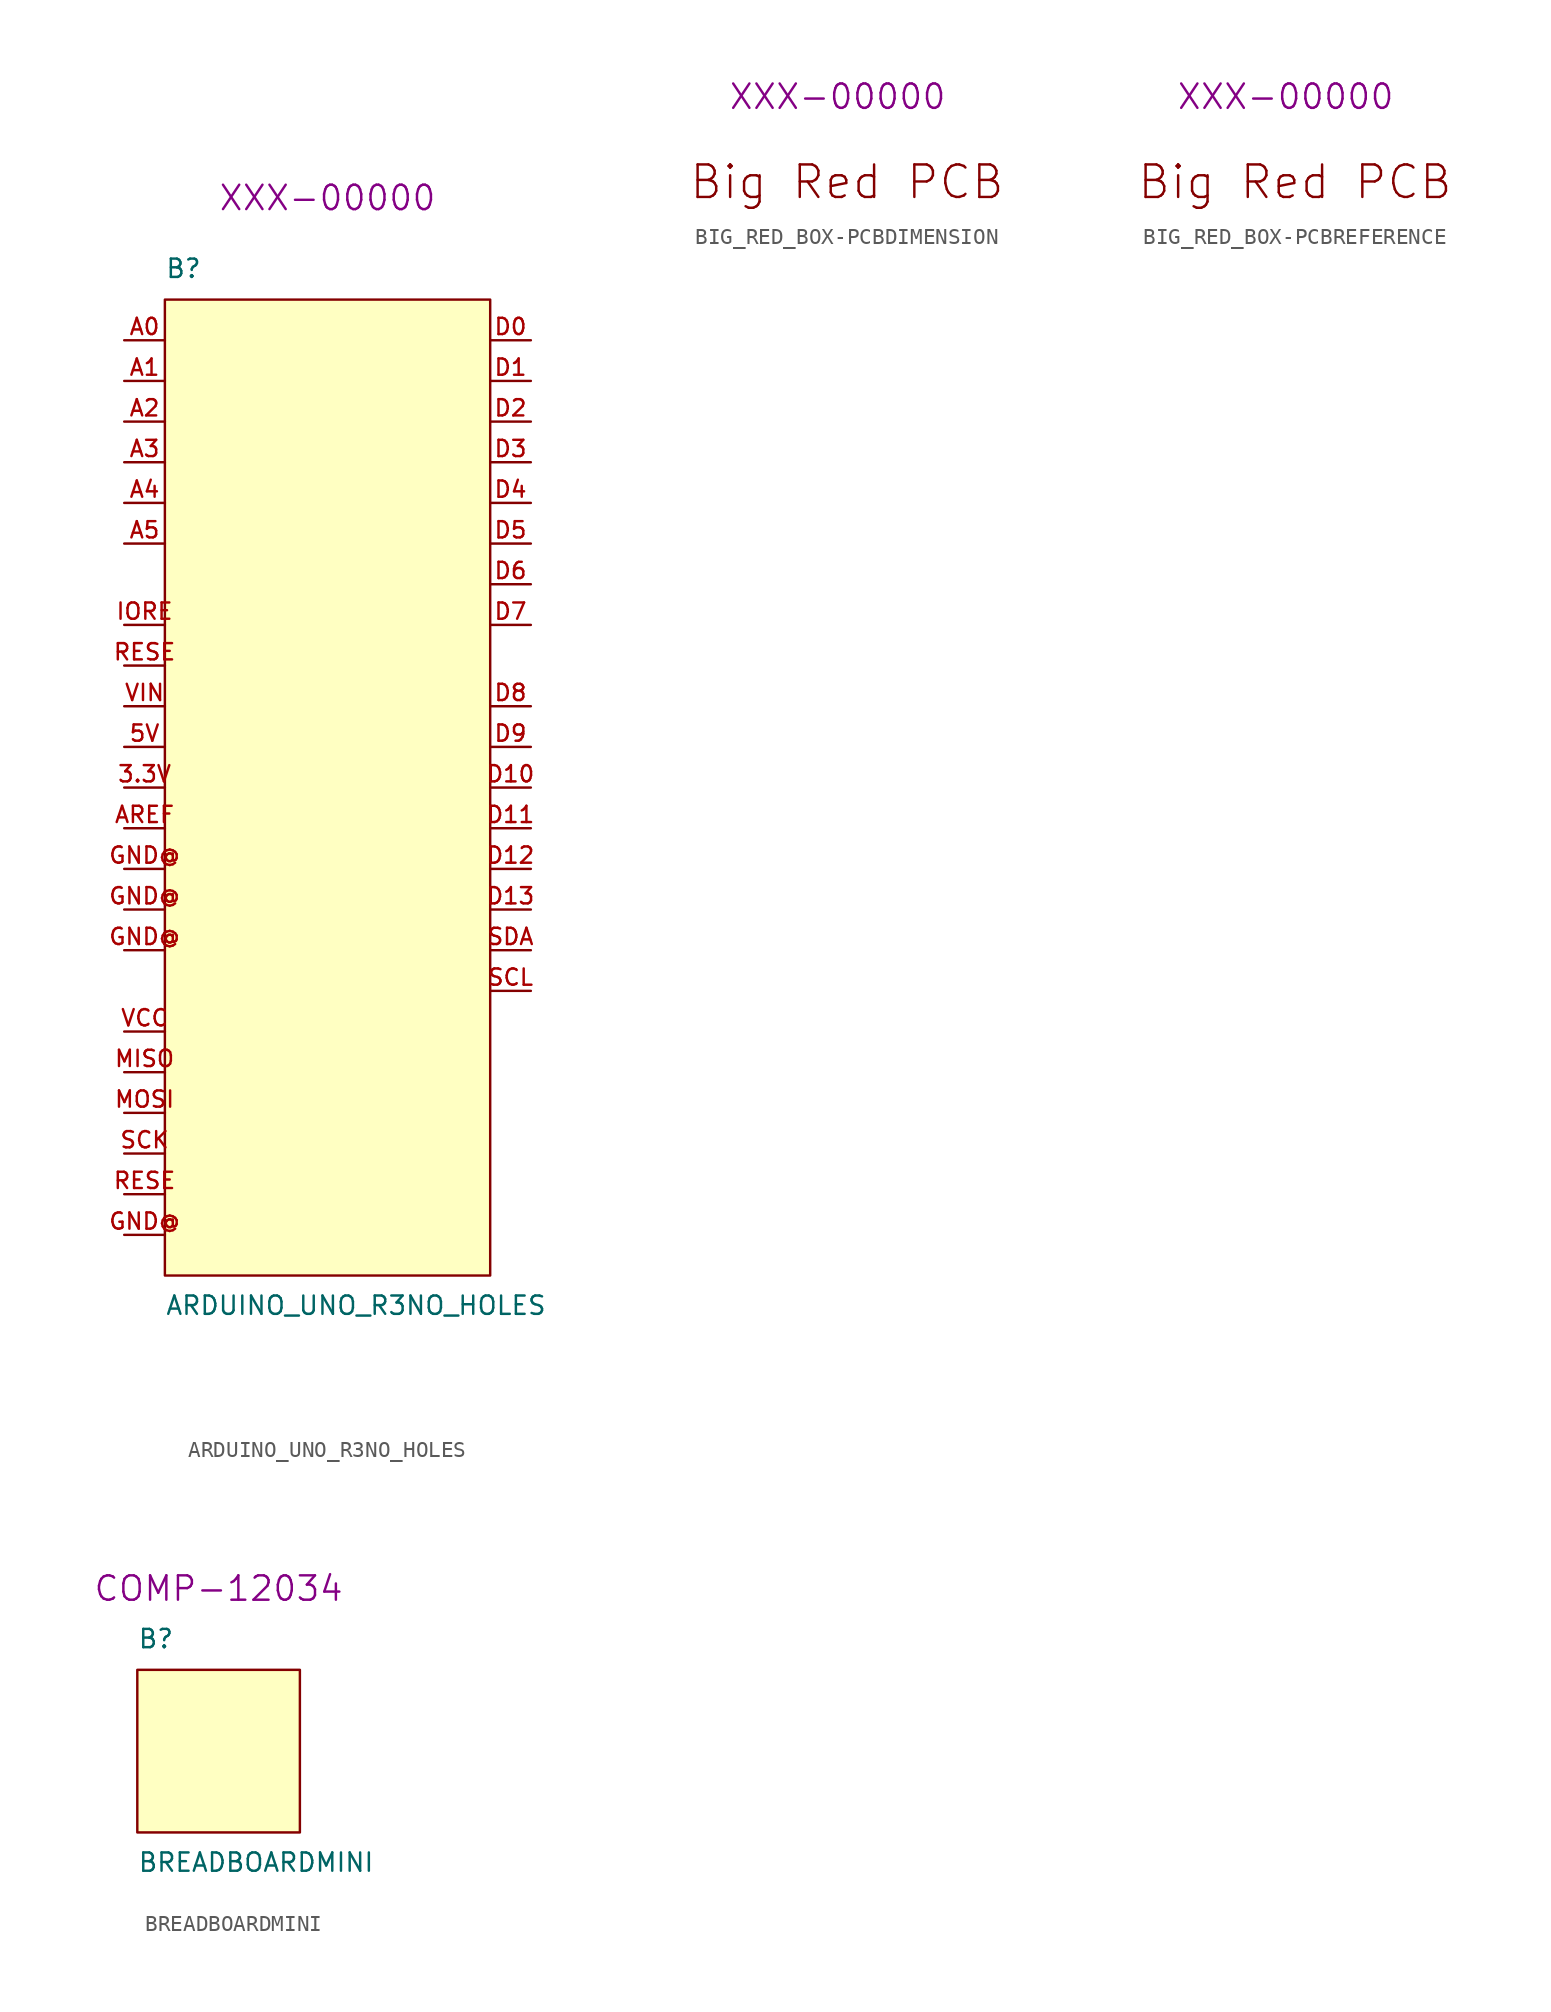
<source format=kicad_sym>
(kicad_symbol_lib
  (version 20211014)
  (generator kicad_symbol_editor)
  (symbol "ARDUINO_UNO_R3NO_HOLES"
    (pin_names
      (offset 1.016) hide)
    (property "Reference" "B"
      (at -10.16 31.75 0)
      (effects (font (size 1.143 1.143)) (justify left bottom)))
    (property "Value" "ARDUINO_UNO_R3NO_HOLES"
      (at -10.16 -33.02 0)
      (effects (font (size 1.143 1.143)) (justify left bottom)))
    (property "Field4" "XXX-00000"
      (at 0 36.83 0)
      (effects (font (size 1.524 1.524))))
    (property "ki_locked" ""
      (at 0 0 0)
      (effects (font (size 1.27 1.27))))
    (symbol "ARDUINO_UNO_R3NO_HOLES_1_1"
      (polyline (pts (xy -10.16 -30.48) (xy -10.16 30.48) (xy 10.16 30.48) (xy 10.16 -30.48) (xy -10.16 -30.48)) (stroke (width 0) (type default) (color 0 0 0 0)) (fill (type background)))
      (pin bidirectional line (at -12.7 0 0) (length 2.54) (name "3.3V" (effects (font (size 1.016 1.016)))) (number "3.3V" (effects (font (size 1.016 1.016)))))
      (pin bidirectional line (at -12.7 2.54 0) (length 2.54) (name "5V" (effects (font (size 1.016 1.016)))) (number "5V" (effects (font (size 1.016 1.016)))))
      (pin bidirectional line (at -12.7 27.94 0) (length 2.54) (name "A0" (effects (font (size 1.016 1.016)))) (number "A0" (effects (font (size 1.016 1.016)))))
      (pin bidirectional line (at -12.7 25.4 0) (length 2.54) (name "A1" (effects (font (size 1.016 1.016)))) (number "A1" (effects (font (size 1.016 1.016)))))
      (pin bidirectional line (at -12.7 22.86 0) (length 2.54) (name "A2" (effects (font (size 1.016 1.016)))) (number "A2" (effects (font (size 1.016 1.016)))))
      (pin bidirectional line (at -12.7 20.32 0) (length 2.54) (name "A3" (effects (font (size 1.016 1.016)))) (number "A3" (effects (font (size 1.016 1.016)))))
      (pin bidirectional line (at -12.7 17.78 0) (length 2.54) (name "A4" (effects (font (size 1.016 1.016)))) (number "A4" (effects (font (size 1.016 1.016)))))
      (pin bidirectional line (at -12.7 15.24 0) (length 2.54) (name "A5" (effects (font (size 1.016 1.016)))) (number "A5" (effects (font (size 1.016 1.016)))))
      (pin bidirectional line (at -12.7 -2.54 0) (length 2.54) (name "AREF" (effects (font (size 1.016 1.016)))) (number "AREF" (effects (font (size 1.016 1.016)))))
      (pin bidirectional line (at 12.7 27.94 180) (length 2.54) (name "D0" (effects (font (size 1.016 1.016)))) (number "D0" (effects (font (size 1.016 1.016)))))
      (pin bidirectional line (at 12.7 25.4 180) (length 2.54) (name "D1" (effects (font (size 1.016 1.016)))) (number "D1" (effects (font (size 1.016 1.016)))))
      (pin bidirectional line (at 12.7 0 180) (length 2.54) (name "*D10" (effects (font (size 1.016 1.016)))) (number "D10" (effects (font (size 1.016 1.016)))))
      (pin bidirectional line (at 12.7 -2.54 180) (length 2.54) (name "*D11" (effects (font (size 1.016 1.016)))) (number "D11" (effects (font (size 1.016 1.016)))))
      (pin bidirectional line (at 12.7 -5.08 180) (length 2.54) (name "D12" (effects (font (size 1.016 1.016)))) (number "D12" (effects (font (size 1.016 1.016)))))
      (pin bidirectional line (at 12.7 -7.62 180) (length 2.54) (name "D13" (effects (font (size 1.016 1.016)))) (number "D13" (effects (font (size 1.016 1.016)))))
      (pin bidirectional line (at 12.7 22.86 180) (length 2.54) (name "D2" (effects (font (size 1.016 1.016)))) (number "D2" (effects (font (size 1.016 1.016)))))
      (pin bidirectional line (at 12.7 20.32 180) (length 2.54) (name "*D3" (effects (font (size 1.016 1.016)))) (number "D3" (effects (font (size 1.016 1.016)))))
      (pin bidirectional line (at 12.7 17.78 180) (length 2.54) (name "D4" (effects (font (size 1.016 1.016)))) (number "D4" (effects (font (size 1.016 1.016)))))
      (pin bidirectional line (at 12.7 15.24 180) (length 2.54) (name "*D5" (effects (font (size 1.016 1.016)))) (number "D5" (effects (font (size 1.016 1.016)))))
      (pin bidirectional line (at 12.7 12.7 180) (length 2.54) (name "*D6" (effects (font (size 1.016 1.016)))) (number "D6" (effects (font (size 1.016 1.016)))))
      (pin bidirectional line (at 12.7 10.16 180) (length 2.54) (name "D7" (effects (font (size 1.016 1.016)))) (number "D7" (effects (font (size 1.016 1.016)))))
      (pin bidirectional line (at 12.7 5.08 180) (length 2.54) (name "D8" (effects (font (size 1.016 1.016)))) (number "D8" (effects (font (size 1.016 1.016)))))
      (pin bidirectional line (at 12.7 2.54 180) (length 2.54) (name "*D9" (effects (font (size 1.016 1.016)))) (number "D9" (effects (font (size 1.016 1.016)))))
      (pin bidirectional line (at -12.7 -27.94 0) (length 2.54) (name "GND" (effects (font (size 1.016 1.016)))) (number "GND@" (effects (font (size 1.016 1.016)))))
      (pin bidirectional line (at -12.7 -10.16 0) (length 2.54) (name "GND" (effects (font (size 1.016 1.016)))) (number "GND@" (effects (font (size 1.016 1.016)))))
      (pin bidirectional line (at -12.7 -7.62 0) (length 2.54) (name "GND" (effects (font (size 1.016 1.016)))) (number "GND@" (effects (font (size 1.016 1.016)))))
      (pin bidirectional line (at -12.7 -5.08 0) (length 2.54) (name "GND" (effects (font (size 1.016 1.016)))) (number "GND@" (effects (font (size 1.016 1.016)))))
      (pin bidirectional line (at -12.7 10.16 0) (length 2.54) (name "IOREF" (effects (font (size 1.016 1.016)))) (number "IORE" (effects (font (size 1.016 1.016)))))
      (pin bidirectional line (at -12.7 -17.78 0) (length 2.54) (name "MISO" (effects (font (size 1.016 1.016)))) (number "MISO" (effects (font (size 1.016 1.016)))))
      (pin bidirectional line (at -12.7 -20.32 0) (length 2.54) (name "MOSI" (effects (font (size 1.016 1.016)))) (number "MOSI" (effects (font (size 1.016 1.016)))))
      (pin bidirectional line (at -12.7 -25.4 0) (length 2.54) (name "~{RESET}" (effects (font (size 1.016 1.016)))) (number "RESE" (effects (font (size 1.016 1.016)))))
      (pin bidirectional line (at -12.7 7.62 0) (length 2.54) (name "~{RESET}" (effects (font (size 1.016 1.016)))) (number "RESE" (effects (font (size 1.016 1.016)))))
      (pin bidirectional line (at -12.7 -22.86 0) (length 2.54) (name "SCK" (effects (font (size 1.016 1.016)))) (number "SCK" (effects (font (size 1.016 1.016)))))
      (pin bidirectional line (at 12.7 -12.7 180) (length 2.54) (name "SCL" (effects (font (size 1.016 1.016)))) (number "SCL" (effects (font (size 1.016 1.016)))))
      (pin bidirectional line (at 12.7 -10.16 180) (length 2.54) (name "SDA" (effects (font (size 1.016 1.016)))) (number "SDA" (effects (font (size 1.016 1.016)))))
      (pin bidirectional line (at -12.7 -15.24 0) (length 2.54) (name "VCC" (effects (font (size 1.016 1.016)))) (number "VCC" (effects (font (size 1.016 1.016)))))
      (pin bidirectional line (at -12.7 5.08 0) (length 2.54) (name "VIN" (effects (font (size 1.016 1.016)))) (number "VIN" (effects (font (size 1.016 1.016)))))))
  (symbol "BIG_RED_BOX-PCBDIMENSION"
    (pin_numbers hide)
    (pin_names
      (offset 1.016) hide)
    (property "Reference" "B"
      (at 0 3.81 0)
      (effects (font (size 1.143 1.143)) hide))
    (property "Field4" "XXX-00000"
      (at 0 6.35 0)
      (effects (font (size 1.524 1.524))))
    (property "ki_locked" ""
      (at 0 0 0)
      (effects (font (size 1.27 1.27))))
    (symbol "BIG_RED_BOX-PCBDIMENSION_1_0"
      (text "Big Red PCB" (at 0.584 1.016 0) (effects (font (size 2.032 2.032))))))
  (symbol "BIG_RED_BOX-PCBREFERENCE"
    (pin_numbers hide)
    (pin_names
      (offset 1.016) hide)
    (property "Reference" "B"
      (at 0 3.81 0)
      (effects (font (size 1.143 1.143)) hide))
    (property "Field4" "XXX-00000"
      (at 0 6.35 0)
      (effects (font (size 1.524 1.524))))
    (property "ki_locked" ""
      (at 0 0 0)
      (effects (font (size 1.27 1.27))))
    (symbol "BIG_RED_BOX-PCBREFERENCE_1_0"
      (text "Big Red PCB" (at 0.584 1.016 0) (effects (font (size 2.032 2.032))))))
  (symbol "BREADBOARDMINI"
    (pin_numbers hide)
    (pin_names
      (offset 1.016) hide)
    (property "Reference" "B"
      (at -5.08 6.35 0)
      (effects (font (size 1.143 1.143)) (justify left bottom)))
    (property "Value" "BREADBOARDMINI"
      (at -5.08 -7.62 0)
      (effects (font (size 1.143 1.143)) (justify left bottom)))
    (property "Field4" "COMP-12034"
      (at 0 10.16 0)
      (effects (font (size 1.524 1.524))))
    (property "ki_locked" ""
      (at 0 0 0)
      (effects (font (size 1.27 1.27))))
    (symbol "BREADBOARDMINI_1_1"
      (polyline (pts (xy -5.08 5.08) (xy -5.08 -5.08) (xy 5.08 -5.08) (xy 5.08 5.08) (xy -5.08 5.08)) (stroke (width 0) (type default) (color 0 0 0 0)) (fill (type background))))))
</source>
